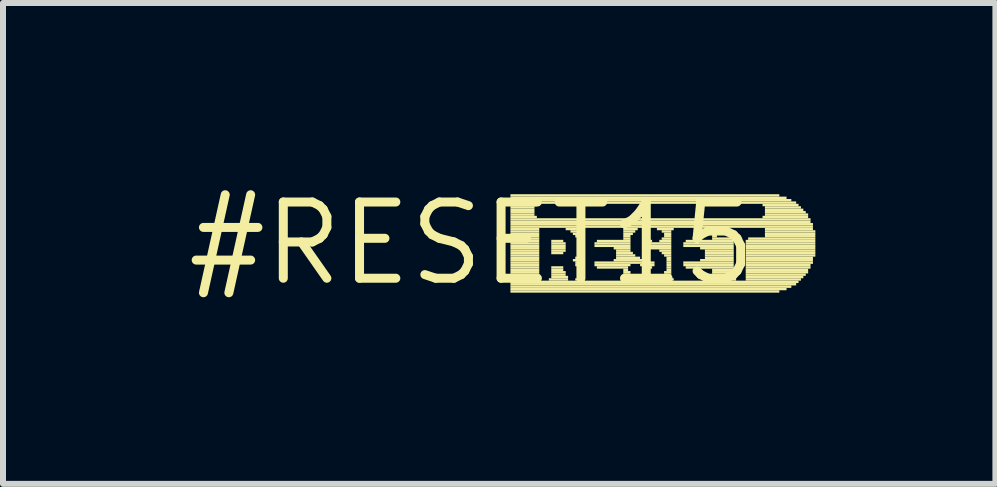
<source format=kicad_pcb>
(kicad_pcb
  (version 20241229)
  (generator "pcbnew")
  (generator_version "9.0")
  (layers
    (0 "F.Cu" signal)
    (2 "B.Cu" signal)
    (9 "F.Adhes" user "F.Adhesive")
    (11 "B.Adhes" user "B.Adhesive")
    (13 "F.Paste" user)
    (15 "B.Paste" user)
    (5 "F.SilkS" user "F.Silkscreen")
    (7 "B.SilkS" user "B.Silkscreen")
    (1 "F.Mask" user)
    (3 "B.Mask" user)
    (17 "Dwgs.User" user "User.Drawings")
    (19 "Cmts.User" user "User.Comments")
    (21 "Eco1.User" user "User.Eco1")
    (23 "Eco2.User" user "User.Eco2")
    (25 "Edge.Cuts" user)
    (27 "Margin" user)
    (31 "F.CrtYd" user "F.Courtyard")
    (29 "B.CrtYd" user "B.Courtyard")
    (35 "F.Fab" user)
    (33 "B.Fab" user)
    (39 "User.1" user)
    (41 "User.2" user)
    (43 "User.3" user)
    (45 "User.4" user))
  (footprint "#RESET15"
    (layer "F.Cu")
    (at 4.815 1.006)
    (property "Reference" "#RESET15" (at 0 0 0) (layer "F.SilkS") (effects (font (size 1.27 1.27) (thickness 0.15))))
    (fp_poly (pts (xy 0.64 -0.78) (xy 5.12 -0.78) (xy 5.12 -0.82) (xy 0.64 -0.82)) (stroke (width 0) (type default)) (fill yes) (layer "F.SilkS"))
    (fp_poly (pts (xy 0.64 -0.74) (xy 5.24 -0.74) (xy 5.24 -0.78) (xy 0.64 -0.78)) (stroke (width 0) (type default)) (fill yes) (layer "F.SilkS"))
    (fp_poly (pts (xy 0.64 -0.7) (xy 5.32 -0.7) (xy 5.32 -0.74) (xy 0.64 -0.74)) (stroke (width 0) (type default)) (fill yes) (layer "F.SilkS"))
    (fp_poly (pts (xy 0.64 -0.66) (xy 5.4 -0.66) (xy 5.4 -0.7) (xy 0.64 -0.7)) (stroke (width 0) (type default)) (fill yes) (layer "F.SilkS"))
    (fp_poly (pts (xy 0.64 -0.62) (xy 1.08 -0.62) (xy 1.08 -0.66) (xy 0.64 -0.66)) (stroke (width 0) (type default)) (fill yes) (layer "F.SilkS"))
    (fp_poly (pts (xy 0.64 -0.58) (xy 1.04 -0.58) (xy 1.04 -0.62) (xy 0.64 -0.62)) (stroke (width 0) (type default)) (fill yes) (layer "F.SilkS"))
    (fp_poly (pts (xy 0.64 -0.54) (xy 1.04 -0.54) (xy 1.04 -0.58) (xy 0.64 -0.58)) (stroke (width 0) (type default)) (fill yes) (layer "F.SilkS"))
    (fp_poly (pts (xy 0.64 -0.5) (xy 1.04 -0.5) (xy 1.04 -0.54) (xy 0.64 -0.54)) (stroke (width 0) (type default)) (fill yes) (layer "F.SilkS"))
    (fp_poly (pts (xy 0.64 -0.46) (xy 1.04 -0.46) (xy 1.04 -0.5) (xy 0.64 -0.5)) (stroke (width 0) (type default)) (fill yes) (layer "F.SilkS"))
    (fp_poly (pts (xy 0.64 -0.42) (xy 1.08 -0.42) (xy 1.08 -0.46) (xy 0.64 -0.46)) (stroke (width 0) (type default)) (fill yes) (layer "F.SilkS"))
    (fp_poly (pts (xy 0.64 -0.38) (xy 5.64 -0.38) (xy 5.64 -0.42) (xy 0.64 -0.42)) (stroke (width 0) (type default)) (fill yes) (layer "F.SilkS"))
    (fp_poly (pts (xy 0.64 -0.34) (xy 5.64 -0.34) (xy 5.64 -0.38) (xy 0.64 -0.38)) (stroke (width 0) (type default)) (fill yes) (layer "F.SilkS"))
    (fp_poly (pts (xy 0.64 -0.3) (xy 5.68 -0.3) (xy 5.68 -0.34) (xy 0.64 -0.34)) (stroke (width 0) (type default)) (fill yes) (layer "F.SilkS"))
    (fp_poly (pts (xy 0.64 -0.26) (xy 5.68 -0.26) (xy 5.68 -0.3) (xy 0.64 -0.3)) (stroke (width 0) (type default)) (fill yes) (layer "F.SilkS"))
    (fp_poly (pts (xy 0.64 -0.22) (xy 1.12 -0.22) (xy 1.12 -0.26) (xy 0.64 -0.26)) (stroke (width 0) (type default)) (fill yes) (layer "F.SilkS"))
    (fp_poly (pts (xy 0.64 -0.18) (xy 1.12 -0.18) (xy 1.12 -0.22) (xy 0.64 -0.22)) (stroke (width 0) (type default)) (fill yes) (layer "F.SilkS"))
    (fp_poly (pts (xy 0.64 -0.14) (xy 1.12 -0.14) (xy 1.12 -0.18) (xy 0.64 -0.18)) (stroke (width 0) (type default)) (fill yes) (layer "F.SilkS"))
    (fp_poly (pts (xy 0.64 -0.1) (xy 1.12 -0.1) (xy 1.12 -0.14) (xy 0.64 -0.14)) (stroke (width 0) (type default)) (fill yes) (layer "F.SilkS"))
    (fp_poly (pts (xy 0.64 -0.06) (xy 1.12 -0.06) (xy 1.12 -0.1) (xy 0.64 -0.1)) (stroke (width 0) (type default)) (fill yes) (layer "F.SilkS"))
    (fp_poly (pts (xy 0.64 -0.02) (xy 1.12 -0.02) (xy 1.12 -0.06) (xy 0.64 -0.06)) (stroke (width 0) (type default)) (fill yes) (layer "F.SilkS"))
    (fp_poly (pts (xy 0.64 0.02) (xy 1.12 0.02) (xy 1.12 -0.02) (xy 0.64 -0.02)) (stroke (width 0) (type default)) (fill yes) (layer "F.SilkS"))
    (fp_poly (pts (xy 0.64 0.06) (xy 1.12 0.06) (xy 1.12 0.02) (xy 0.64 0.02)) (stroke (width 0) (type default)) (fill yes) (layer "F.SilkS"))
    (fp_poly (pts (xy 0.64 0.1) (xy 1.12 0.1) (xy 1.12 0.06) (xy 0.64 0.06)) (stroke (width 0) (type default)) (fill yes) (layer "F.SilkS"))
    (fp_poly (pts (xy 0.64 0.14) (xy 1.12 0.14) (xy 1.12 0.1) (xy 0.64 0.1)) (stroke (width 0) (type default)) (fill yes) (layer "F.SilkS"))
    (fp_poly (pts (xy 0.64 0.18) (xy 1.12 0.18) (xy 1.12 0.14) (xy 0.64 0.14)) (stroke (width 0) (type default)) (fill yes) (layer "F.SilkS"))
    (fp_poly (pts (xy 0.64 0.22) (xy 1.12 0.22) (xy 1.12 0.18) (xy 0.64 0.18)) (stroke (width 0) (type default)) (fill yes) (layer "F.SilkS"))
    (fp_poly (pts (xy 0.64 0.26) (xy 1.12 0.26) (xy 1.12 0.22) (xy 0.64 0.22)) (stroke (width 0) (type default)) (fill yes) (layer "F.SilkS"))
    (fp_poly (pts (xy 0.64 0.3) (xy 1.12 0.3) (xy 1.12 0.26) (xy 0.64 0.26)) (stroke (width 0) (type default)) (fill yes) (layer "F.SilkS"))
    (fp_poly (pts (xy 0.64 0.34) (xy 1.12 0.34) (xy 1.12 0.3) (xy 0.64 0.3)) (stroke (width 0) (type default)) (fill yes) (layer "F.SilkS"))
    (fp_poly (pts (xy 0.64 0.38) (xy 1.12 0.38) (xy 1.12 0.34) (xy 0.64 0.34)) (stroke (width 0) (type default)) (fill yes) (layer "F.SilkS"))
    (fp_poly (pts (xy 0.64 0.42) (xy 1.12 0.42) (xy 1.12 0.38) (xy 0.64 0.38)) (stroke (width 0) (type default)) (fill yes) (layer "F.SilkS"))
    (fp_poly (pts (xy 0.64 0.46) (xy 1.12 0.46) (xy 1.12 0.42) (xy 0.64 0.42)) (stroke (width 0) (type default)) (fill yes) (layer "F.SilkS"))
    (fp_poly (pts (xy 0.64 0.5) (xy 1.12 0.5) (xy 1.12 0.46) (xy 0.64 0.46)) (stroke (width 0) (type default)) (fill yes) (layer "F.SilkS"))
    (fp_poly (pts (xy 0.64 0.54) (xy 1.12 0.54) (xy 1.12 0.5) (xy 0.64 0.5)) (stroke (width 0) (type default)) (fill yes) (layer "F.SilkS"))
    (fp_poly (pts (xy 0.64 0.58) (xy 1.12 0.58) (xy 1.12 0.54) (xy 0.64 0.54)) (stroke (width 0) (type default)) (fill yes) (layer "F.SilkS"))
    (fp_poly (pts (xy 0.64 0.62) (xy 1.12 0.62) (xy 1.12 0.58) (xy 0.64 0.58)) (stroke (width 0) (type default)) (fill yes) (layer "F.SilkS"))
    (fp_poly (pts (xy 0.64 0.66) (xy 5.44 0.66) (xy 5.44 0.62) (xy 0.64 0.62)) (stroke (width 0) (type default)) (fill yes) (layer "F.SilkS"))
    (fp_poly (pts (xy 0.64 0.7) (xy 5.4 0.7) (xy 5.4 0.66) (xy 0.64 0.66)) (stroke (width 0) (type default)) (fill yes) (layer "F.SilkS"))
    (fp_poly (pts (xy 0.64 0.74) (xy 5.32 0.74) (xy 5.32 0.7) (xy 0.64 0.7)) (stroke (width 0) (type default)) (fill yes) (layer "F.SilkS"))
    (fp_poly (pts (xy 0.64 0.78) (xy 5.24 0.78) (xy 5.24 0.74) (xy 0.64 0.74)) (stroke (width 0) (type default)) (fill yes) (layer "F.SilkS"))
    (fp_poly (pts (xy 0.64 0.82) (xy 5.12 0.82) (xy 5.12 0.78) (xy 0.64 0.78)) (stroke (width 0) (type default)) (fill yes) (layer "F.SilkS"))
    (fp_poly (pts (xy 1.28 0.62) (xy 1.6 0.62) (xy 1.6 0.58) (xy 1.28 0.58)) (stroke (width 0) (type default)) (fill yes) (layer "F.SilkS"))
    (fp_poly (pts (xy 1.32 -0.02) (xy 1.52 -0.02) (xy 1.52 -0.06) (xy 1.32 -0.06)) (stroke (width 0) (type default)) (fill yes) (layer "F.SilkS"))
    (fp_poly (pts (xy 1.32 0.02) (xy 1.56 0.02) (xy 1.56 -0.02) (xy 1.32 -0.02)) (stroke (width 0) (type default)) (fill yes) (layer "F.SilkS"))
    (fp_poly (pts (xy 1.32 0.06) (xy 1.56 0.06) (xy 1.56 0.02) (xy 1.32 0.02)) (stroke (width 0) (type default)) (fill yes) (layer "F.SilkS"))
    (fp_poly (pts (xy 1.32 0.1) (xy 1.56 0.1) (xy 1.56 0.06) (xy 1.32 0.06)) (stroke (width 0) (type default)) (fill yes) (layer "F.SilkS"))
    (fp_poly (pts (xy 1.32 0.14) (xy 1.56 0.14) (xy 1.56 0.1) (xy 1.32 0.1)) (stroke (width 0) (type default)) (fill yes) (layer "F.SilkS"))
    (fp_poly (pts (xy 1.32 0.18) (xy 1.52 0.18) (xy 1.52 0.14) (xy 1.32 0.14)) (stroke (width 0) (type default)) (fill yes) (layer "F.SilkS"))
    (fp_poly (pts (xy 1.32 0.42) (xy 1.52 0.42) (xy 1.52 0.38) (xy 1.32 0.38)) (stroke (width 0) (type default)) (fill yes) (layer "F.SilkS"))
    (fp_poly (pts (xy 1.32 0.46) (xy 1.52 0.46) (xy 1.52 0.42) (xy 1.32 0.42)) (stroke (width 0) (type default)) (fill yes) (layer "F.SilkS"))
    (fp_poly (pts (xy 1.32 0.5) (xy 1.56 0.5) (xy 1.56 0.46) (xy 1.32 0.46)) (stroke (width 0) (type default)) (fill yes) (layer "F.SilkS"))
    (fp_poly (pts (xy 1.32 0.54) (xy 1.56 0.54) (xy 1.56 0.5) (xy 1.32 0.5)) (stroke (width 0) (type default)) (fill yes) (layer "F.SilkS"))
    (fp_poly (pts (xy 1.32 0.58) (xy 1.6 0.58) (xy 1.6 0.54) (xy 1.32 0.54)) (stroke (width 0) (type default)) (fill yes) (layer "F.SilkS"))
    (fp_poly (pts (xy 1.56 -0.22) (xy 1.88 -0.22) (xy 1.88 -0.26) (xy 1.56 -0.26)) (stroke (width 0) (type default)) (fill yes) (layer "F.SilkS"))
    (fp_poly (pts (xy 1.64 -0.18) (xy 1.84 -0.18) (xy 1.84 -0.22) (xy 1.64 -0.22)) (stroke (width 0) (type default)) (fill yes) (layer "F.SilkS"))
    (fp_poly (pts (xy 1.68 -0.14) (xy 1.84 -0.14) (xy 1.84 -0.18) (xy 1.68 -0.18)) (stroke (width 0) (type default)) (fill yes) (layer "F.SilkS"))
    (fp_poly (pts (xy 1.68 0.3) (xy 1.84 0.3) (xy 1.84 0.26) (xy 1.68 0.26)) (stroke (width 0) (type default)) (fill yes) (layer "F.SilkS"))
    (fp_poly (pts (xy 1.72 -0.1) (xy 1.84 -0.1) (xy 1.84 -0.14) (xy 1.72 -0.14)) (stroke (width 0) (type default)) (fill yes) (layer "F.SilkS"))
    (fp_poly (pts (xy 1.72 0.26) (xy 1.84 0.26) (xy 1.84 0.22) (xy 1.72 0.22)) (stroke (width 0) (type default)) (fill yes) (layer "F.SilkS"))
    (fp_poly (pts (xy 1.72 0.34) (xy 1.84 0.34) (xy 1.84 0.3) (xy 1.72 0.3)) (stroke (width 0) (type default)) (fill yes) (layer "F.SilkS"))
    (fp_poly (pts (xy 1.72 0.38) (xy 1.84 0.38) (xy 1.84 0.34) (xy 1.72 0.34)) (stroke (width 0) (type default)) (fill yes) (layer "F.SilkS"))
    (fp_poly (pts (xy 1.72 0.62) (xy 1.88 0.62) (xy 1.88 0.58) (xy 1.72 0.58)) (stroke (width 0) (type default)) (fill yes) (layer "F.SilkS"))
    (fp_poly (pts (xy 1.76 -0.06) (xy 1.84 -0.06) (xy 1.84 -0.1) (xy 1.76 -0.1)) (stroke (width 0) (type default)) (fill yes) (layer "F.SilkS"))
    (fp_poly (pts (xy 1.76 -0.02) (xy 1.84 -0.02) (xy 1.84 -0.06) (xy 1.76 -0.06)) (stroke (width 0) (type default)) (fill yes) (layer "F.SilkS"))
    (fp_poly (pts (xy 1.76 0.02) (xy 1.84 0.02) (xy 1.84 -0.02) (xy 1.76 -0.02)) (stroke (width 0) (type default)) (fill yes) (layer "F.SilkS"))
    (fp_poly (pts (xy 1.76 0.06) (xy 1.84 0.06) (xy 1.84 0.02) (xy 1.76 0.02)) (stroke (width 0) (type default)) (fill yes) (layer "F.SilkS"))
    (fp_poly (pts (xy 1.76 0.1) (xy 1.84 0.1) (xy 1.84 0.06) (xy 1.76 0.06)) (stroke (width 0) (type default)) (fill yes) (layer "F.SilkS"))
    (fp_poly (pts (xy 1.76 0.14) (xy 1.84 0.14) (xy 1.84 0.1) (xy 1.76 0.1)) (stroke (width 0) (type default)) (fill yes) (layer "F.SilkS"))
    (fp_poly (pts (xy 1.76 0.18) (xy 1.84 0.18) (xy 1.84 0.14) (xy 1.76 0.14)) (stroke (width 0) (type default)) (fill yes) (layer "F.SilkS"))
    (fp_poly (pts (xy 1.76 0.22) (xy 1.84 0.22) (xy 1.84 0.18) (xy 1.76 0.18)) (stroke (width 0) (type default)) (fill yes) (layer "F.SilkS"))
    (fp_poly (pts (xy 1.76 0.42) (xy 1.84 0.42) (xy 1.84 0.38) (xy 1.76 0.38)) (stroke (width 0) (type default)) (fill yes) (layer "F.SilkS"))
    (fp_poly (pts (xy 1.76 0.46) (xy 1.84 0.46) (xy 1.84 0.42) (xy 1.76 0.42)) (stroke (width 0) (type default)) (fill yes) (layer "F.SilkS"))
    (fp_poly (pts (xy 1.76 0.5) (xy 1.84 0.5) (xy 1.84 0.46) (xy 1.76 0.46)) (stroke (width 0) (type default)) (fill yes) (layer "F.SilkS"))
    (fp_poly (pts (xy 1.8 0.54) (xy 1.84 0.54) (xy 1.84 0.5) (xy 1.8 0.5)) (stroke (width 0) (type default)) (fill yes) (layer "F.SilkS"))
    (fp_poly (pts (xy 1.8 0.58) (xy 1.84 0.58) (xy 1.84 0.54) (xy 1.8 0.54)) (stroke (width 0) (type default)) (fill yes) (layer "F.SilkS"))
    (fp_poly (pts (xy 2.04 0.02) (xy 2.64 0.02) (xy 2.64 -0.02) (xy 2.04 -0.02)) (stroke (width 0) (type default)) (fill yes) (layer "F.SilkS"))
    (fp_poly (pts (xy 2.04 0.06) (xy 2.64 0.06) (xy 2.64 0.02) (xy 2.04 0.02)) (stroke (width 0) (type default)) (fill yes) (layer "F.SilkS"))
    (fp_poly (pts (xy 2.04 0.34) (xy 3.04 0.34) (xy 3.04 0.3) (xy 2.04 0.3)) (stroke (width 0) (type default)) (fill yes) (layer "F.SilkS"))
    (fp_poly (pts (xy 2.04 0.38) (xy 2.64 0.38) (xy 2.64 0.34) (xy 2.04 0.34)) (stroke (width 0) (type default)) (fill yes) (layer "F.SilkS"))
    (fp_poly (pts (xy 2.08 -0.02) (xy 2.64 -0.02) (xy 2.64 -0.06) (xy 2.08 -0.06)) (stroke (width 0) (type default)) (fill yes) (layer "F.SilkS"))
    (fp_poly (pts (xy 2.08 0.42) (xy 2.6 0.42) (xy 2.6 0.38) (xy 2.08 0.38)) (stroke (width 0) (type default)) (fill yes) (layer "F.SilkS"))
    (fp_poly (pts (xy 2.36 0.1) (xy 2.64 0.1) (xy 2.64 0.06) (xy 2.36 0.06)) (stroke (width 0) (type default)) (fill yes) (layer "F.SilkS"))
    (fp_poly (pts (xy 2.36 0.3) (xy 2.96 0.3) (xy 2.96 0.26) (xy 2.36 0.26)) (stroke (width 0) (type default)) (fill yes) (layer "F.SilkS"))
    (fp_poly (pts (xy 2.4 0.14) (xy 2.64 0.14) (xy 2.64 0.1) (xy 2.4 0.1)) (stroke (width 0) (type default)) (fill yes) (layer "F.SilkS"))
    (fp_poly (pts (xy 2.4 0.18) (xy 2.68 0.18) (xy 2.68 0.14) (xy 2.4 0.14)) (stroke (width 0) (type default)) (fill yes) (layer "F.SilkS"))
    (fp_poly (pts (xy 2.4 0.22) (xy 2.72 0.22) (xy 2.72 0.18) (xy 2.4 0.18)) (stroke (width 0) (type default)) (fill yes) (layer "F.SilkS"))
    (fp_poly (pts (xy 2.4 0.26) (xy 2.8 0.26) (xy 2.8 0.22) (xy 2.4 0.22)) (stroke (width 0) (type default)) (fill yes) (layer "F.SilkS"))
    (fp_poly (pts (xy 2.52 -0.22) (xy 2.76 -0.22) (xy 2.76 -0.26) (xy 2.52 -0.26)) (stroke (width 0) (type default)) (fill yes) (layer "F.SilkS"))
    (fp_poly (pts (xy 2.52 -0.18) (xy 2.72 -0.18) (xy 2.72 -0.22) (xy 2.52 -0.22)) (stroke (width 0) (type default)) (fill yes) (layer "F.SilkS"))
    (fp_poly (pts (xy 2.52 -0.14) (xy 2.68 -0.14) (xy 2.68 -0.18) (xy 2.52 -0.18)) (stroke (width 0) (type default)) (fill yes) (layer "F.SilkS"))
    (fp_poly (pts (xy 2.52 -0.1) (xy 2.64 -0.1) (xy 2.64 -0.14) (xy 2.52 -0.14)) (stroke (width 0) (type default)) (fill yes) (layer "F.SilkS"))
    (fp_poly (pts (xy 2.52 -0.06) (xy 2.64 -0.06) (xy 2.64 -0.1) (xy 2.52 -0.1)) (stroke (width 0) (type default)) (fill yes) (layer "F.SilkS"))
    (fp_poly (pts (xy 2.52 0.46) (xy 2.6 0.46) (xy 2.6 0.42) (xy 2.52 0.42)) (stroke (width 0) (type default)) (fill yes) (layer "F.SilkS"))
    (fp_poly (pts (xy 2.52 0.5) (xy 2.64 0.5) (xy 2.64 0.46) (xy 2.52 0.46)) (stroke (width 0) (type default)) (fill yes) (layer "F.SilkS"))
    (fp_poly (pts (xy 2.52 0.54) (xy 2.64 0.54) (xy 2.64 0.5) (xy 2.52 0.5)) (stroke (width 0) (type default)) (fill yes) (layer "F.SilkS"))
    (fp_poly (pts (xy 2.52 0.58) (xy 2.72 0.58) (xy 2.72 0.54) (xy 2.52 0.54)) (stroke (width 0) (type default)) (fill yes) (layer "F.SilkS"))
    (fp_poly (pts (xy 2.52 0.62) (xy 2.76 0.62) (xy 2.76 0.58) (xy 2.52 0.58)) (stroke (width 0) (type default)) (fill yes) (layer "F.SilkS"))
    (fp_poly (pts (xy 2.8 0.38) (xy 3.04 0.38) (xy 3.04 0.34) (xy 2.8 0.34)) (stroke (width 0) (type default)) (fill yes) (layer "F.SilkS"))
    (fp_poly (pts (xy 2.84 -0.02) (xy 3 -0.02) (xy 3 -0.06) (xy 2.84 -0.06)) (stroke (width 0) (type default)) (fill yes) (layer "F.SilkS"))
    (fp_poly (pts (xy 2.84 0.02) (xy 3.32 0.02) (xy 3.32 -0.02) (xy 2.84 -0.02)) (stroke (width 0) (type default)) (fill yes) (layer "F.SilkS"))
    (fp_poly (pts (xy 2.84 0.06) (xy 3.32 0.06) (xy 3.32 0.02) (xy 2.84 0.02)) (stroke (width 0) (type default)) (fill yes) (layer "F.SilkS"))
    (fp_poly (pts (xy 2.84 0.42) (xy 3 0.42) (xy 3 0.38) (xy 2.84 0.38)) (stroke (width 0) (type default)) (fill yes) (layer "F.SilkS"))
    (fp_poly (pts (xy 2.96 0.1) (xy 3.32 0.1) (xy 3.32 0.06) (xy 2.96 0.06)) (stroke (width 0) (type default)) (fill yes) (layer "F.SilkS"))
    (fp_poly (pts (xy 3.08 -0.22) (xy 3.36 -0.22) (xy 3.36 -0.26) (xy 3.08 -0.26)) (stroke (width 0) (type default)) (fill yes) (layer "F.SilkS"))
    (fp_poly (pts (xy 3.08 0.62) (xy 3.36 0.62) (xy 3.36 0.58) (xy 3.08 0.58)) (stroke (width 0) (type default)) (fill yes) (layer "F.SilkS"))
    (fp_poly (pts (xy 3.12 -0.02) (xy 3.32 -0.02) (xy 3.32 -0.06) (xy 3.12 -0.06)) (stroke (width 0) (type default)) (fill yes) (layer "F.SilkS"))
    (fp_poly (pts (xy 3.12 0.14) (xy 3.32 0.14) (xy 3.32 0.1) (xy 3.12 0.1)) (stroke (width 0) (type default)) (fill yes) (layer "F.SilkS"))
    (fp_poly (pts (xy 3.12 0.58) (xy 3.32 0.58) (xy 3.32 0.54) (xy 3.12 0.54)) (stroke (width 0) (type default)) (fill yes) (layer "F.SilkS"))
    (fp_poly (pts (xy 3.16 -0.18) (xy 3.32 -0.18) (xy 3.32 -0.22) (xy 3.16 -0.22)) (stroke (width 0) (type default)) (fill yes) (layer "F.SilkS"))
    (fp_poly (pts (xy 3.16 -0.06) (xy 3.32 -0.06) (xy 3.32 -0.1) (xy 3.16 -0.1)) (stroke (width 0) (type default)) (fill yes) (layer "F.SilkS"))
    (fp_poly (pts (xy 3.16 0.18) (xy 3.32 0.18) (xy 3.32 0.14) (xy 3.16 0.14)) (stroke (width 0) (type default)) (fill yes) (layer "F.SilkS"))
    (fp_poly (pts (xy 3.2 -0.14) (xy 3.32 -0.14) (xy 3.32 -0.18) (xy 3.2 -0.18)) (stroke (width 0) (type default)) (fill yes) (layer "F.SilkS"))
    (fp_poly (pts (xy 3.2 -0.1) (xy 3.32 -0.1) (xy 3.32 -0.14) (xy 3.2 -0.14)) (stroke (width 0) (type default)) (fill yes) (layer "F.SilkS"))
    (fp_poly (pts (xy 3.2 0.22) (xy 3.32 0.22) (xy 3.32 0.18) (xy 3.2 0.18)) (stroke (width 0) (type default)) (fill yes) (layer "F.SilkS"))
    (fp_poly (pts (xy 3.2 0.5) (xy 3.32 0.5) (xy 3.32 0.46) (xy 3.2 0.46)) (stroke (width 0) (type default)) (fill yes) (layer "F.SilkS"))
    (fp_poly (pts (xy 3.2 0.54) (xy 3.32 0.54) (xy 3.32 0.5) (xy 3.2 0.5)) (stroke (width 0) (type default)) (fill yes) (layer "F.SilkS"))
    (fp_poly (pts (xy 3.24 0.26) (xy 3.32 0.26) (xy 3.32 0.22) (xy 3.24 0.22)) (stroke (width 0) (type default)) (fill yes) (layer "F.SilkS"))
    (fp_poly (pts (xy 3.24 0.3) (xy 3.32 0.3) (xy 3.32 0.26) (xy 3.24 0.26)) (stroke (width 0) (type default)) (fill yes) (layer "F.SilkS"))
    (fp_poly (pts (xy 3.24 0.34) (xy 3.32 0.34) (xy 3.32 0.3) (xy 3.24 0.3)) (stroke (width 0) (type default)) (fill yes) (layer "F.SilkS"))
    (fp_poly (pts (xy 3.24 0.38) (xy 3.32 0.38) (xy 3.32 0.34) (xy 3.24 0.34)) (stroke (width 0) (type default)) (fill yes) (layer "F.SilkS"))
    (fp_poly (pts (xy 3.24 0.42) (xy 3.32 0.42) (xy 3.32 0.38) (xy 3.24 0.38)) (stroke (width 0) (type default)) (fill yes) (layer "F.SilkS"))
    (fp_poly (pts (xy 3.24 0.46) (xy 3.32 0.46) (xy 3.32 0.42) (xy 3.24 0.42)) (stroke (width 0) (type default)) (fill yes) (layer "F.SilkS"))
    (fp_poly (pts (xy 3.52 0.02) (xy 4.36 0.02) (xy 4.36 -0.02) (xy 3.52 -0.02)) (stroke (width 0) (type default)) (fill yes) (layer "F.SilkS"))
    (fp_poly (pts (xy 3.52 0.06) (xy 4.36 0.06) (xy 4.36 0.02) (xy 3.52 0.02)) (stroke (width 0) (type default)) (fill yes) (layer "F.SilkS"))
    (fp_poly (pts (xy 3.52 0.34) (xy 4.36 0.34) (xy 4.36 0.3) (xy 3.52 0.3)) (stroke (width 0) (type default)) (fill yes) (layer "F.SilkS"))
    (fp_poly (pts (xy 3.52 0.38) (xy 4.36 0.38) (xy 4.36 0.34) (xy 3.52 0.34)) (stroke (width 0) (type default)) (fill yes) (layer "F.SilkS"))
    (fp_poly (pts (xy 3.56 -0.02) (xy 4.36 -0.02) (xy 4.36 -0.06) (xy 3.56 -0.06)) (stroke (width 0) (type default)) (fill yes) (layer "F.SilkS"))
    (fp_poly (pts (xy 3.56 0.42) (xy 4.36 0.42) (xy 4.36 0.38) (xy 3.56 0.38)) (stroke (width 0) (type default)) (fill yes) (layer "F.SilkS"))
    (fp_poly (pts (xy 3.8 0.1) (xy 4.36 0.1) (xy 4.36 0.06) (xy 3.8 0.06)) (stroke (width 0) (type default)) (fill yes) (layer "F.SilkS"))
    (fp_poly (pts (xy 3.8 0.3) (xy 4.36 0.3) (xy 4.36 0.26) (xy 3.8 0.26)) (stroke (width 0) (type default)) (fill yes) (layer "F.SilkS"))
    (fp_poly (pts (xy 3.88 0.14) (xy 4.36 0.14) (xy 4.36 0.1) (xy 3.88 0.1)) (stroke (width 0) (type default)) (fill yes) (layer "F.SilkS"))
    (fp_poly (pts (xy 3.88 0.18) (xy 4.36 0.18) (xy 4.36 0.14) (xy 3.88 0.14)) (stroke (width 0) (type default)) (fill yes) (layer "F.SilkS"))
    (fp_poly (pts (xy 3.88 0.22) (xy 4.36 0.22) (xy 4.36 0.18) (xy 3.88 0.18)) (stroke (width 0) (type default)) (fill yes) (layer "F.SilkS"))
    (fp_poly (pts (xy 3.88 0.26) (xy 4.36 0.26) (xy 4.36 0.22) (xy 3.88 0.22)) (stroke (width 0) (type default)) (fill yes) (layer "F.SilkS"))
    (fp_poly (pts (xy 3.96 0.62) (xy 4.4 0.62) (xy 4.4 0.58) (xy 3.96 0.58)) (stroke (width 0) (type default)) (fill yes) (layer "F.SilkS"))
    (fp_poly (pts (xy 4 -0.22) (xy 4.08 -0.22) (xy 4.08 -0.26) (xy 4 -0.26)) (stroke (width 0) (type default)) (fill yes) (layer "F.SilkS"))
    (fp_poly (pts (xy 4 -0.18) (xy 4.08 -0.18) (xy 4.08 -0.22) (xy 4 -0.22)) (stroke (width 0) (type default)) (fill yes) (layer "F.SilkS"))
    (fp_poly (pts (xy 4 -0.14) (xy 4.08 -0.14) (xy 4.08 -0.18) (xy 4 -0.18)) (stroke (width 0) (type default)) (fill yes) (layer "F.SilkS"))
    (fp_poly (pts (xy 4 -0.1) (xy 4.08 -0.1) (xy 4.08 -0.14) (xy 4 -0.14)) (stroke (width 0) (type default)) (fill yes) (layer "F.SilkS"))
    (fp_poly (pts (xy 4 -0.06) (xy 4.36 -0.06) (xy 4.36 -0.1) (xy 4 -0.1)) (stroke (width 0) (type default)) (fill yes) (layer "F.SilkS"))
    (fp_poly (pts (xy 4 0.46) (xy 4.36 0.46) (xy 4.36 0.42) (xy 4 0.42)) (stroke (width 0) (type default)) (fill yes) (layer "F.SilkS"))
    (fp_poly (pts (xy 4 0.5) (xy 4.36 0.5) (xy 4.36 0.46) (xy 4 0.46)) (stroke (width 0) (type default)) (fill yes) (layer "F.SilkS"))
    (fp_poly (pts (xy 4 0.54) (xy 4.36 0.54) (xy 4.36 0.5) (xy 4 0.5)) (stroke (width 0) (type default)) (fill yes) (layer "F.SilkS"))
    (fp_poly (pts (xy 4 0.58) (xy 4.4 0.58) (xy 4.4 0.54) (xy 4 0.54)) (stroke (width 0) (type default)) (fill yes) (layer "F.SilkS"))
    (fp_poly (pts (xy 4.56 -0.02) (xy 5.72 -0.02) (xy 5.72 -0.06) (xy 4.56 -0.06)) (stroke (width 0) (type default)) (fill yes) (layer "F.SilkS"))
    (fp_poly (pts (xy 4.56 0.02) (xy 5.72 0.02) (xy 5.72 -0.02) (xy 4.56 -0.02)) (stroke (width 0) (type default)) (fill yes) (layer "F.SilkS"))
    (fp_poly (pts (xy 4.56 0.06) (xy 5.72 0.06) (xy 5.72 0.02) (xy 4.56 0.02)) (stroke (width 0) (type default)) (fill yes) (layer "F.SilkS"))
    (fp_poly (pts (xy 4.56 0.1) (xy 5.72 0.1) (xy 5.72 0.06) (xy 4.56 0.06)) (stroke (width 0) (type default)) (fill yes) (layer "F.SilkS"))
    (fp_poly (pts (xy 4.56 0.14) (xy 5.72 0.14) (xy 5.72 0.1) (xy 4.56 0.1)) (stroke (width 0) (type default)) (fill yes) (layer "F.SilkS"))
    (fp_poly (pts (xy 4.56 0.18) (xy 5.72 0.18) (xy 5.72 0.14) (xy 4.56 0.14)) (stroke (width 0) (type default)) (fill yes) (layer "F.SilkS"))
    (fp_poly (pts (xy 4.56 0.22) (xy 5.72 0.22) (xy 5.72 0.18) (xy 4.56 0.18)) (stroke (width 0) (type default)) (fill yes) (layer "F.SilkS"))
    (fp_poly (pts (xy 4.56 0.26) (xy 5.68 0.26) (xy 5.68 0.22) (xy 4.56 0.22)) (stroke (width 0) (type default)) (fill yes) (layer "F.SilkS"))
    (fp_poly (pts (xy 4.56 0.3) (xy 5.68 0.3) (xy 5.68 0.26) (xy 4.56 0.26)) (stroke (width 0) (type default)) (fill yes) (layer "F.SilkS"))
    (fp_poly (pts (xy 4.56 0.34) (xy 5.68 0.34) (xy 5.68 0.3) (xy 4.56 0.3)) (stroke (width 0) (type default)) (fill yes) (layer "F.SilkS"))
    (fp_poly (pts (xy 4.56 0.38) (xy 5.64 0.38) (xy 5.64 0.34) (xy 4.56 0.34)) (stroke (width 0) (type default)) (fill yes) (layer "F.SilkS"))
    (fp_poly (pts (xy 4.56 0.42) (xy 5.64 0.42) (xy 5.64 0.38) (xy 4.56 0.38)) (stroke (width 0) (type default)) (fill yes) (layer "F.SilkS"))
    (fp_poly (pts (xy 4.56 0.46) (xy 5.6 0.46) (xy 5.6 0.42) (xy 4.56 0.42)) (stroke (width 0) (type default)) (fill yes) (layer "F.SilkS"))
    (fp_poly (pts (xy 4.56 0.5) (xy 5.6 0.5) (xy 5.6 0.46) (xy 4.56 0.46)) (stroke (width 0) (type default)) (fill yes) (layer "F.SilkS"))
    (fp_poly (pts (xy 4.56 0.54) (xy 5.56 0.54) (xy 5.56 0.5) (xy 4.56 0.5)) (stroke (width 0) (type default)) (fill yes) (layer "F.SilkS"))
    (fp_poly (pts (xy 4.56 0.58) (xy 5.52 0.58) (xy 5.52 0.54) (xy 4.56 0.54)) (stroke (width 0) (type default)) (fill yes) (layer "F.SilkS"))
    (fp_poly (pts (xy 4.56 0.62) (xy 5.48 0.62) (xy 5.48 0.58) (xy 4.56 0.58)) (stroke (width 0) (type default)) (fill yes) (layer "F.SilkS"))
    (fp_poly (pts (xy 4.6 -0.06) (xy 5.72 -0.06) (xy 5.72 -0.1) (xy 4.6 -0.1)) (stroke (width 0) (type default)) (fill yes) (layer "F.SilkS"))
    (fp_poly (pts (xy 4.84 -0.62) (xy 5.44 -0.62) (xy 5.44 -0.66) (xy 4.84 -0.66)) (stroke (width 0) (type default)) (fill yes) (layer "F.SilkS"))
    (fp_poly (pts (xy 4.84 -0.42) (xy 5.6 -0.42) (xy 5.6 -0.46) (xy 4.84 -0.46)) (stroke (width 0) (type default)) (fill yes) (layer "F.SilkS"))
    (fp_poly (pts (xy 4.88 -0.58) (xy 5.48 -0.58) (xy 5.48 -0.62) (xy 4.88 -0.62)) (stroke (width 0) (type default)) (fill yes) (layer "F.SilkS"))
    (fp_poly (pts (xy 4.88 -0.54) (xy 5.52 -0.54) (xy 5.52 -0.58) (xy 4.88 -0.58)) (stroke (width 0) (type default)) (fill yes) (layer "F.SilkS"))
    (fp_poly (pts (xy 4.88 -0.5) (xy 5.56 -0.5) (xy 5.56 -0.54) (xy 4.88 -0.54)) (stroke (width 0) (type default)) (fill yes) (layer "F.SilkS"))
    (fp_poly (pts (xy 4.88 -0.46) (xy 5.6 -0.46) (xy 5.6 -0.5) (xy 4.88 -0.5)) (stroke (width 0) (type default)) (fill yes) (layer "F.SilkS"))
    (fp_poly (pts (xy 4.88 -0.22) (xy 5.68 -0.22) (xy 5.68 -0.26) (xy 4.88 -0.26)) (stroke (width 0) (type default)) (fill yes) (layer "F.SilkS"))
    (fp_poly (pts (xy 4.88 -0.18) (xy 5.72 -0.18) (xy 5.72 -0.22) (xy 4.88 -0.22)) (stroke (width 0) (type default)) (fill yes) (layer "F.SilkS"))
    (fp_poly (pts (xy 4.88 -0.14) (xy 5.72 -0.14) (xy 5.72 -0.18) (xy 4.88 -0.18)) (stroke (width 0) (type default)) (fill yes) (layer "F.SilkS"))
    (fp_poly (pts (xy 4.88 -0.1) (xy 5.72 -0.1) (xy 5.72 -0.14) (xy 4.88 -0.14)) (stroke (width 0) (type default)) (fill yes) (layer "F.SilkS")))
  (gr_rect
    (start -3 -3)
    (end 13.535 5.012)
    (stroke (width 0.1) (type default))
    (fill no)
    (layer "Edge.Cuts")))
</source>
